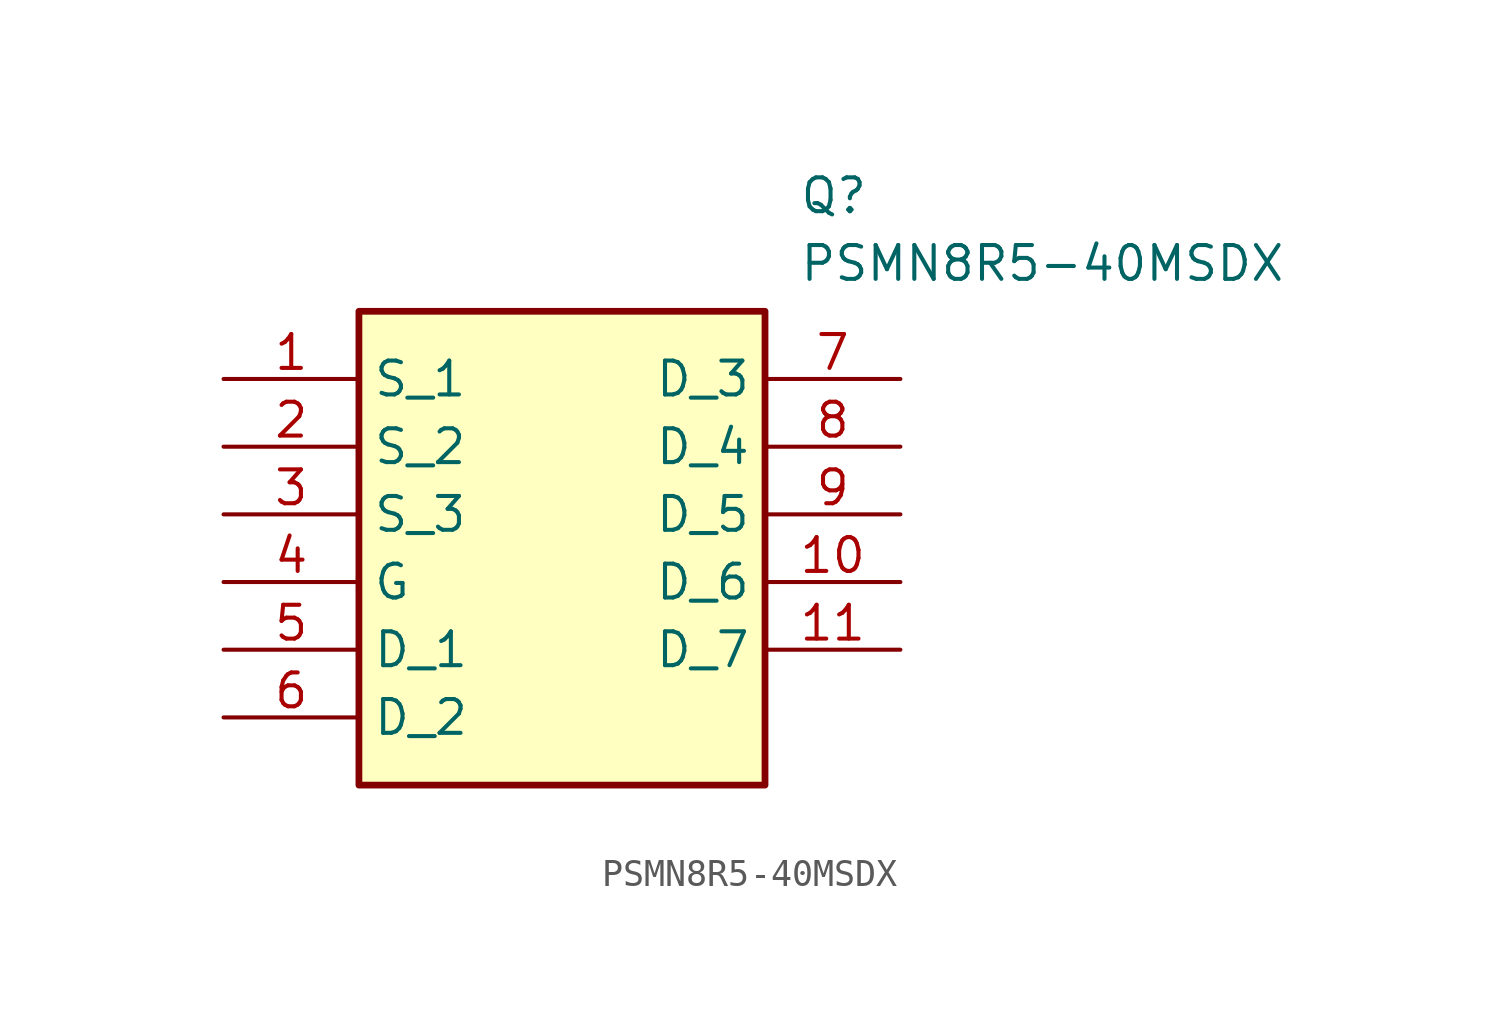
<source format=kicad_sym>
(kicad_symbol_lib
  (version 20211014)
  (generator SamacSys_ECAD_Model)
  (symbol "PSMN8R5-40MSDX"
    (property "Reference" "Q"
      (at 21.59 7.62 0)
      (effects (font (size 1.27 1.27)) (justify left top)))
    (property "Value" "PSMN8R5-40MSDX"
      (at 21.59 5.08 0)
      (effects (font (size 1.27 1.27)) (justify left top)))
    (rectangle
      (start 5.08 2.54)
      (end 20.32 -15.24)
      (stroke (width 0.254) (type default))
      (fill (type background)))
    (pin passive line
      (at 0 0 0)
      (length 5.08)
      (name "S_1" (effects (font (size 1.27 1.27))))
      (number "1" (effects (font (size 1.27 1.27)))))
    (pin passive line
      (at 0 -2.54 0)
      (length 5.08)
      (name "S_2" (effects (font (size 1.27 1.27))))
      (number "2" (effects (font (size 1.27 1.27)))))
    (pin passive line
      (at 0 -5.08 0)
      (length 5.08)
      (name "S_3" (effects (font (size 1.27 1.27))))
      (number "3" (effects (font (size 1.27 1.27)))))
    (pin passive line
      (at 0 -7.62 0)
      (length 5.08)
      (name "G" (effects (font (size 1.27 1.27))))
      (number "4" (effects (font (size 1.27 1.27)))))
    (pin passive line
      (at 0 -10.16 0)
      (length 5.08)
      (name "D_1" (effects (font (size 1.27 1.27))))
      (number "5" (effects (font (size 1.27 1.27)))))
    (pin passive line
      (at 0 -12.7 0)
      (length 5.08)
      (name "D_2" (effects (font (size 1.27 1.27))))
      (number "6" (effects (font (size 1.27 1.27)))))
    (pin passive line
      (at 25.4 0 180)
      (length 5.08)
      (name "D_3" (effects (font (size 1.27 1.27))))
      (number "7" (effects (font (size 1.27 1.27)))))
    (pin passive line
      (at 25.4 -2.54 180)
      (length 5.08)
      (name "D_4" (effects (font (size 1.27 1.27))))
      (number "8" (effects (font (size 1.27 1.27)))))
    (pin passive line
      (at 25.4 -5.08 180)
      (length 5.08)
      (name "D_5" (effects (font (size 1.27 1.27))))
      (number "9" (effects (font (size 1.27 1.27)))))
    (pin passive line
      (at 25.4 -7.62 180)
      (length 5.08)
      (name "D_6" (effects (font (size 1.27 1.27))))
      (number "10" (effects (font (size 1.27 1.27)))))
    (pin passive line
      (at 25.4 -10.16 180)
      (length 5.08)
      (name "D_7" (effects (font (size 1.27 1.27))))
      (number "11" (effects (font (size 1.27 1.27)))))))
</source>
